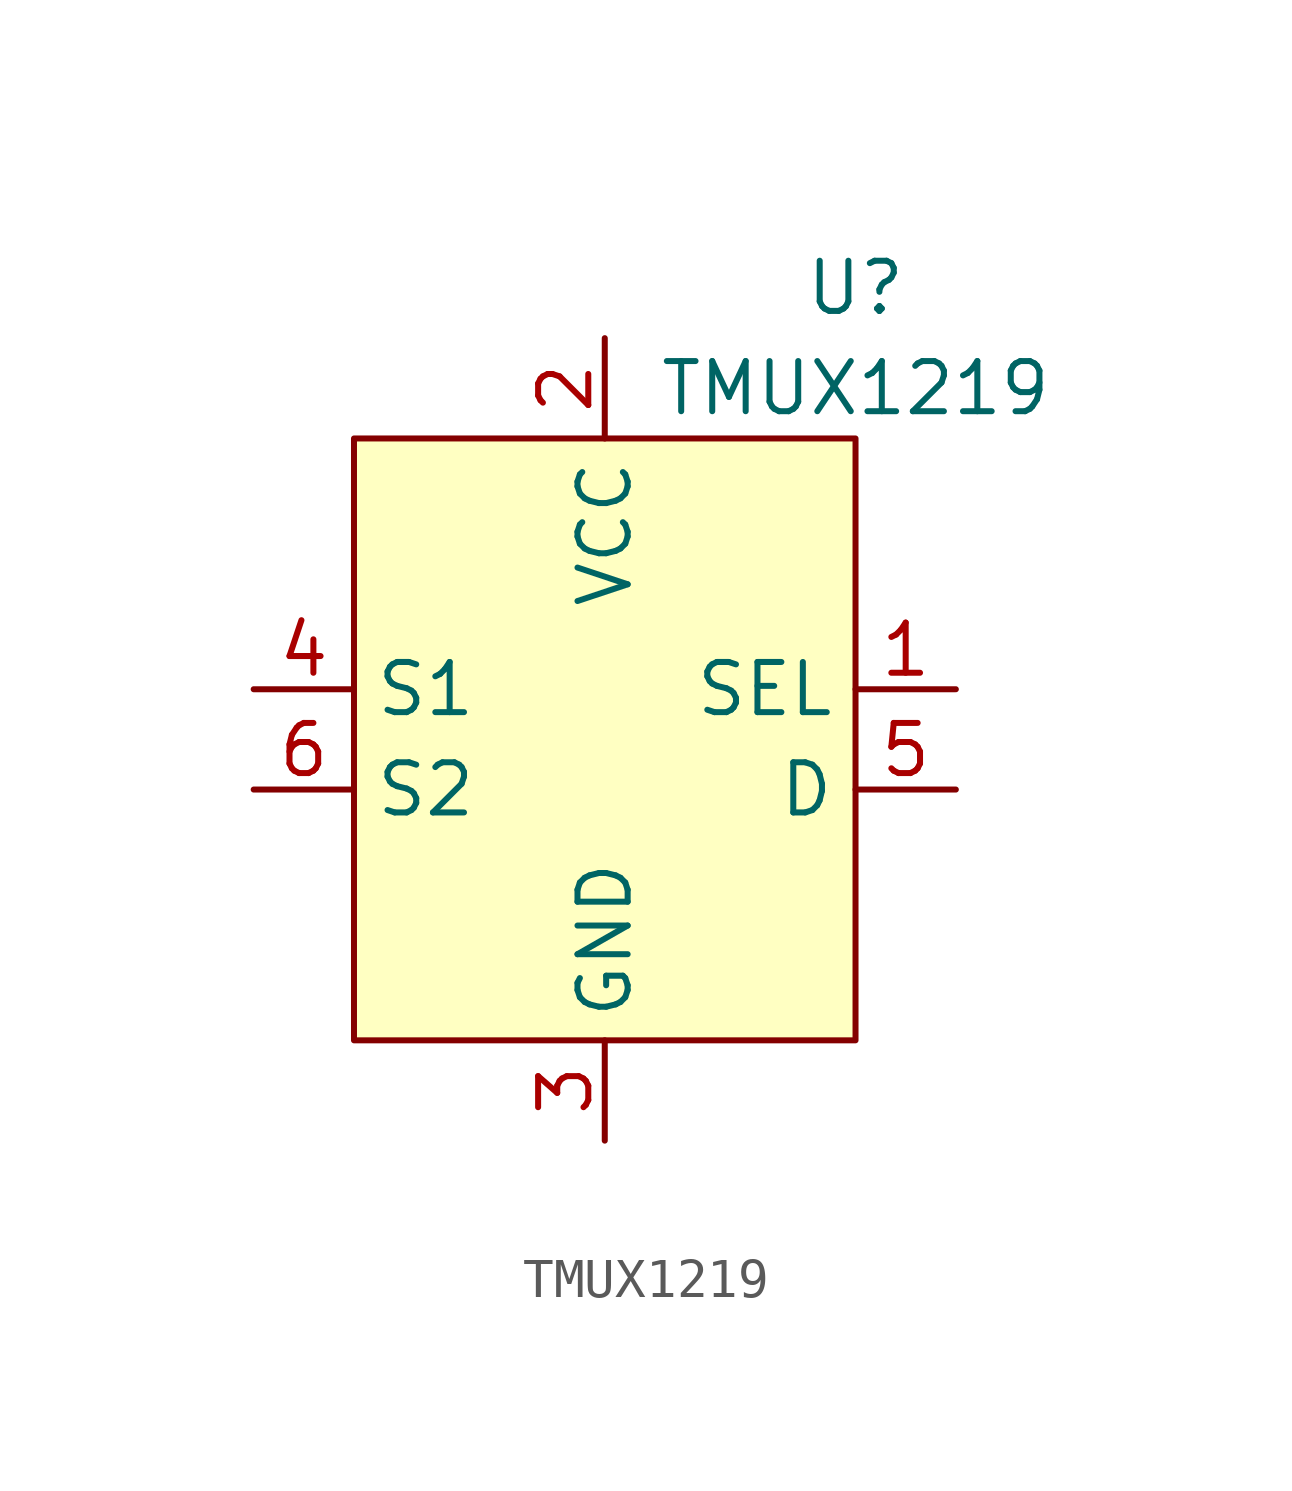
<source format=kicad_sym>
(kicad_symbol_lib
  (version 20201005)
  (generator kicad_symbol_editor)
  (symbol "Analog_Switch:TMUX1219"
    (property "Reference" "U"
      (at 6.35 11.43 0)
      (effects (font (size 1.27 1.27))))
    (property "Value" "TMUX1219"
      (at 6.35 8.89 0)
      (effects (font (size 1.27 1.27))))
    (symbol "TMUX1219_0_1"
      (rectangle (start -6.35 7.62) (end 6.35 -7.62) (stroke (width 0.152)) (fill (type background))))
    (symbol "TMUX1219_1_1"
      (pin input line (at 8.89 1.27 180) (length 2.54) (name "SEL" (effects (font (size 1.27 1.27)))) (number "1" (effects (font (size 1.27 1.27)))))
      (pin power_in line (at 0 10.16 270) (length 2.54) (name "VCC" (effects (font (size 1.27 1.27)))) (number "2" (effects (font (size 1.27 1.27)))))
      (pin power_in line (at 0 -10.16 90) (length 2.54) (name "GND" (effects (font (size 1.27 1.27)))) (number "3" (effects (font (size 1.27 1.27)))))
      (pin bidirectional line (at -8.89 1.27 0) (length 2.54) (name "S1" (effects (font (size 1.27 1.27)))) (number "4" (effects (font (size 1.27 1.27)))))
      (pin bidirectional line (at 8.89 -1.27 180) (length 2.54) (name "D" (effects (font (size 1.27 1.27)))) (number "5" (effects (font (size 1.27 1.27)))))
      (pin bidirectional line (at -8.89 -1.27 0) (length 2.54) (name "S2" (effects (font (size 1.27 1.27)))) (number "6" (effects (font (size 1.27 1.27))))))))
</source>
